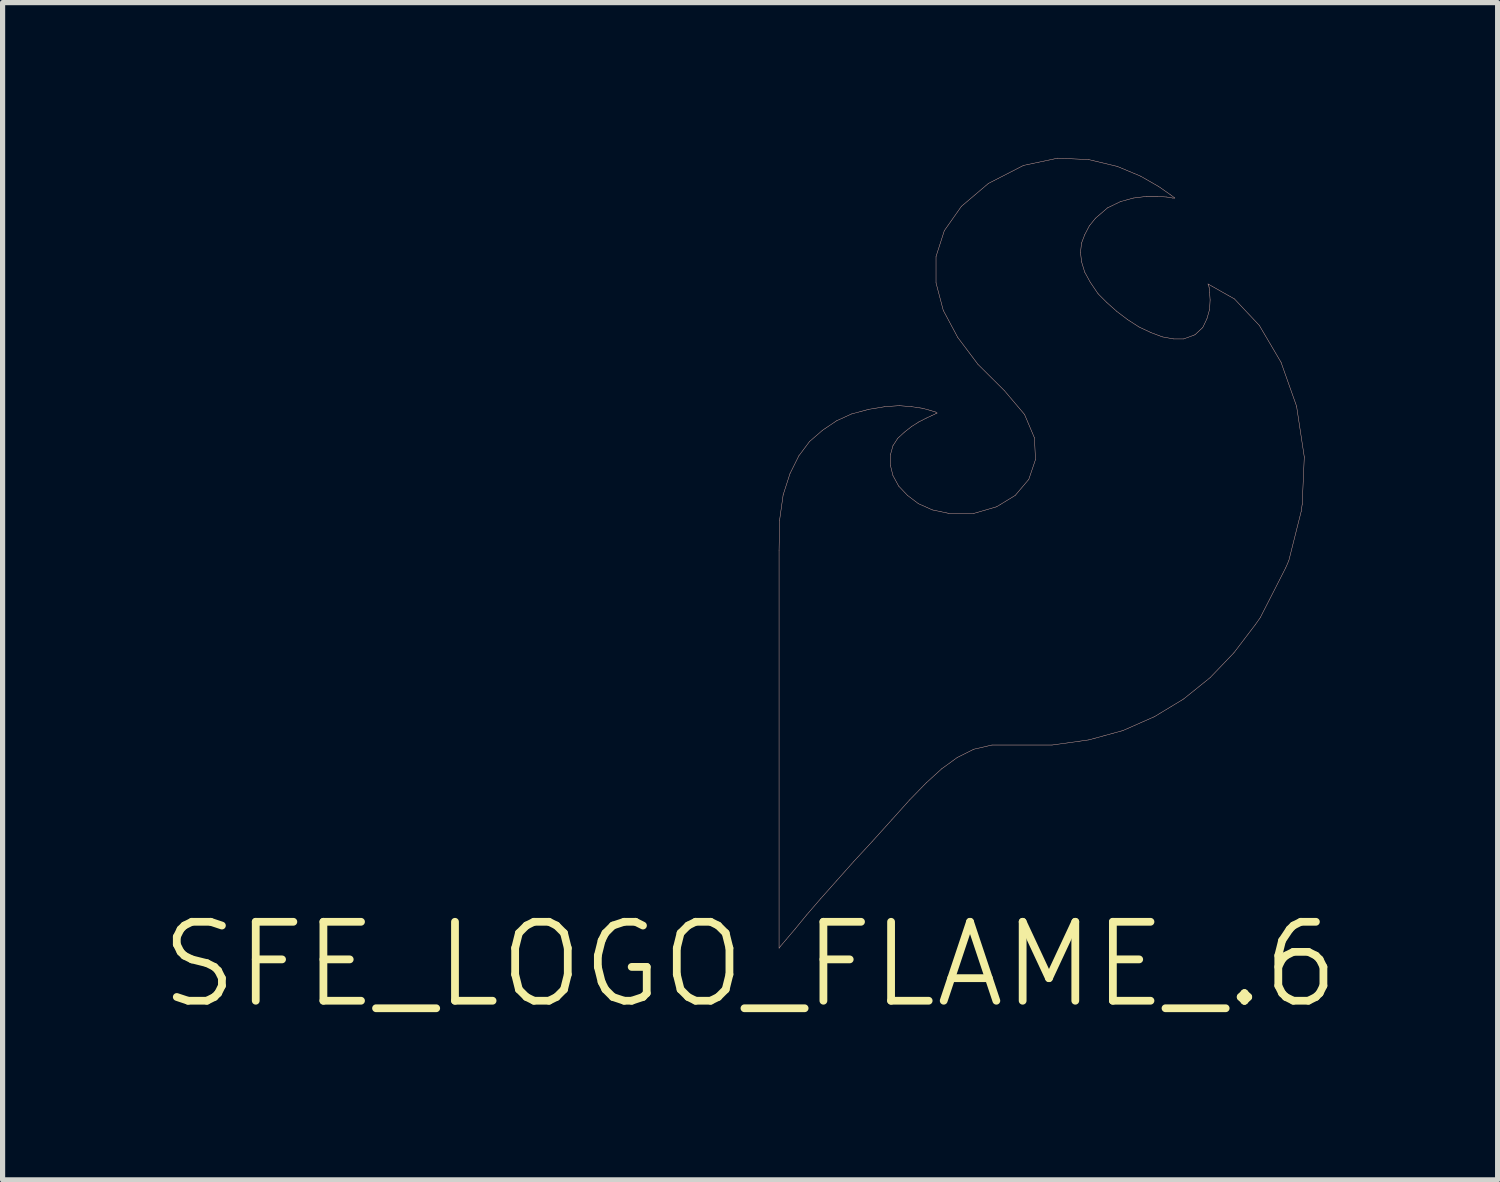
<source format=kicad_pcb>
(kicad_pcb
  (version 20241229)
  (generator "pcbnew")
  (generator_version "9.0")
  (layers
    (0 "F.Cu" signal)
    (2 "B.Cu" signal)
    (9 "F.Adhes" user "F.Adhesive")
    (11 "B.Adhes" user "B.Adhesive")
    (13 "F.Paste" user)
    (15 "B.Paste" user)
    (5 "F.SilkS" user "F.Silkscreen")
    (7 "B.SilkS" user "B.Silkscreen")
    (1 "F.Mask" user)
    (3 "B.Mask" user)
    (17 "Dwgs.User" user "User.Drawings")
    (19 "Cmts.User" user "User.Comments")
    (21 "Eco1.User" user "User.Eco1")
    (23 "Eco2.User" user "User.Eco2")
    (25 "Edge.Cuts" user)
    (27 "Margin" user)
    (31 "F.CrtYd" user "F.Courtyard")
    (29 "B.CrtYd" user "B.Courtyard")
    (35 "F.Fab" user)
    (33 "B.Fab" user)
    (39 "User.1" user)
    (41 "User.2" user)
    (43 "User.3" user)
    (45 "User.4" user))
  (footprint "SFE_LOGO_FLAME_.6"
    (layer "F.Cu")
    (at 11.43 15.571)
    (property "Reference" "SFE_LOGO_FLAME_.6" (at 0 0 0) (layer "F.SilkS") (effects (font (size 1.524 1.524) (thickness 0.15))))
    (attr exclude_from_pos_files exclude_from_bom)
    (fp_line (start 0.559 -7.998) (end 0.559 -0.318) (stroke (width 0.008) (type solid)) (layer "B.SilkS"))
    (fp_line (start 0.559 -0.318) (end 0.589 -0.358) (stroke (width 0.008) (type solid)) (layer "B.SilkS"))
    (fp_line (start 0.569 -8.578) (end 0.559 -7.998) (stroke (width 0.008) (type solid)) (layer "B.SilkS"))
    (fp_line (start 0.589 -0.358) (end 0.699 -0.488) (stroke (width 0.008) (type solid)) (layer "B.SilkS"))
    (fp_line (start 0.638 -9.068) (end 0.569 -8.578) (stroke (width 0.008) (type solid)) (layer "B.SilkS"))
    (fp_line (start 0.699 -0.488) (end 0.869 -0.688) (stroke (width 0.008) (type solid)) (layer "B.SilkS"))
    (fp_line (start 0.77 -9.479) (end 0.638 -9.068) (stroke (width 0.008) (type solid)) (layer "B.SilkS"))
    (fp_line (start 0.869 -0.688) (end 1.09 -0.958) (stroke (width 0.008) (type solid)) (layer "B.SilkS"))
    (fp_line (start 0.94 -9.82) (end 0.77 -9.479) (stroke (width 0.008) (type solid)) (layer "B.SilkS"))
    (fp_line (start 1.09 -0.958) (end 1.359 -1.27) (stroke (width 0.008) (type solid)) (layer "B.SilkS"))
    (fp_line (start 1.148 -10.099) (end 0.94 -9.82) (stroke (width 0.008) (type solid)) (layer "B.SilkS"))
    (fp_line (start 1.359 -1.27) (end 1.669 -1.618) (stroke (width 0.008) (type solid)) (layer "B.SilkS"))
    (fp_line (start 1.4 -10.317) (end 1.148 -10.099) (stroke (width 0.008) (type solid)) (layer "B.SilkS"))
    (fp_line (start 1.669 -10.498) (end 1.4 -10.317) (stroke (width 0.008) (type solid)) (layer "B.SilkS"))
    (fp_line (start 1.669 -1.618) (end 1.999 -1.989) (stroke (width 0.008) (type solid)) (layer "B.SilkS"))
    (fp_line (start 1.958 -10.63) (end 1.669 -10.498) (stroke (width 0.008) (type solid)) (layer "B.SilkS"))
    (fp_line (start 1.999 -1.989) (end 2.36 -2.38) (stroke (width 0.008) (type solid)) (layer "B.SilkS"))
    (fp_line (start 2.289 -10.719) (end 1.958 -10.63) (stroke (width 0.008) (type solid)) (layer "B.SilkS"))
    (fp_line (start 2.36 -2.38) (end 2.738 -2.799) (stroke (width 0.008) (type solid)) (layer "B.SilkS"))
    (fp_line (start 2.598 -10.77) (end 2.289 -10.719) (stroke (width 0.008) (type solid)) (layer "B.SilkS"))
    (fp_line (start 2.708 -9.84) (end 2.758 -10.018) (stroke (width 0.008) (type solid)) (layer "B.SilkS"))
    (fp_line (start 2.708 -9.639) (end 2.708 -9.84) (stroke (width 0.008) (type solid)) (layer "B.SilkS"))
    (fp_line (start 2.738 -2.799) (end 3.078 -3.178) (stroke (width 0.008) (type solid)) (layer "B.SilkS"))
    (fp_line (start 2.758 -10.018) (end 2.85 -10.16) (stroke (width 0.008) (type solid)) (layer "B.SilkS"))
    (fp_line (start 2.758 -9.439) (end 2.708 -9.639) (stroke (width 0.008) (type solid)) (layer "B.SilkS"))
    (fp_line (start 2.85 -10.16) (end 2.979 -10.279) (stroke (width 0.008) (type solid)) (layer "B.SilkS"))
    (fp_line (start 2.868 -9.238) (end 2.758 -9.439) (stroke (width 0.008) (type solid)) (layer "B.SilkS"))
    (fp_line (start 2.878 -10.79) (end 2.598 -10.77) (stroke (width 0.008) (type solid)) (layer "B.SilkS"))
    (fp_line (start 2.979 -10.279) (end 3.119 -10.389) (stroke (width 0.008) (type solid)) (layer "B.SilkS"))
    (fp_line (start 3.038 -9.058) (end 2.868 -9.238) (stroke (width 0.008) (type solid)) (layer "B.SilkS"))
    (fp_line (start 3.078 -3.178) (end 3.399 -3.508) (stroke (width 0.008) (type solid)) (layer "B.SilkS"))
    (fp_line (start 3.119 -10.77) (end 2.878 -10.79) (stroke (width 0.008) (type solid)) (layer "B.SilkS"))
    (fp_line (start 3.119 -10.389) (end 3.259 -10.477) (stroke (width 0.008) (type solid)) (layer "B.SilkS"))
    (fp_line (start 3.249 -8.898) (end 3.038 -9.058) (stroke (width 0.008) (type solid)) (layer "B.SilkS"))
    (fp_line (start 3.259 -10.477) (end 3.399 -10.549) (stroke (width 0.008) (type solid)) (layer "B.SilkS"))
    (fp_line (start 3.33 -10.739) (end 3.119 -10.77) (stroke (width 0.008) (type solid)) (layer "B.SilkS"))
    (fp_line (start 3.399 -10.549) (end 3.508 -10.599) (stroke (width 0.008) (type solid)) (layer "B.SilkS"))
    (fp_line (start 3.399 -3.508) (end 3.698 -3.78) (stroke (width 0.008) (type solid)) (layer "B.SilkS"))
    (fp_line (start 3.48 -10.698) (end 3.33 -10.739) (stroke (width 0.008) (type solid)) (layer "B.SilkS"))
    (fp_line (start 3.508 -10.599) (end 3.589 -10.638) (stroke (width 0.008) (type solid)) (layer "B.SilkS"))
    (fp_line (start 3.518 -8.778) (end 3.249 -8.898) (stroke (width 0.008) (type solid)) (layer "B.SilkS"))
    (fp_line (start 3.579 -10.668) (end 3.48 -10.698) (stroke (width 0.008) (type solid)) (layer "B.SilkS"))
    (fp_line (start 3.589 -13.668) (end 3.589 -13.16) (stroke (width 0.008) (type solid)) (layer "B.SilkS"))
    (fp_line (start 3.589 -13.16) (end 3.729 -12.629) (stroke (width 0.008) (type solid)) (layer "B.SilkS"))
    (fp_line (start 3.589 -10.638) (end 3.609 -10.648) (stroke (width 0.008) (type solid)) (layer "B.SilkS"))
    (fp_line (start 3.609 -10.648) (end 3.579 -10.668) (stroke (width 0.008) (type solid)) (layer "B.SilkS"))
    (fp_line (start 3.698 -3.78) (end 3.998 -3.998) (stroke (width 0.008) (type solid)) (layer "B.SilkS"))
    (fp_line (start 3.729 -12.629) (end 4.008 -12.108) (stroke (width 0.008) (type solid)) (layer "B.SilkS"))
    (fp_line (start 3.749 -14.168) (end 3.589 -13.668) (stroke (width 0.008) (type solid)) (layer "B.SilkS"))
    (fp_line (start 3.838 -8.71) (end 3.518 -8.778) (stroke (width 0.008) (type solid)) (layer "B.SilkS"))
    (fp_line (start 3.998 -3.998) (end 4.318 -4.158) (stroke (width 0.008) (type solid)) (layer "B.SilkS"))
    (fp_line (start 4.008 -12.108) (end 4.399 -11.587) (stroke (width 0.008) (type solid)) (layer "B.SilkS"))
    (fp_line (start 4.079 -14.638) (end 3.749 -14.168) (stroke (width 0.008) (type solid)) (layer "B.SilkS"))
    (fp_line (start 4.318 -8.71) (end 3.838 -8.71) (stroke (width 0.008) (type solid)) (layer "B.SilkS"))
    (fp_line (start 4.318 -4.158) (end 4.669 -4.239) (stroke (width 0.008) (type solid)) (layer "B.SilkS"))
    (fp_line (start 4.399 -11.587) (end 4.91 -11.079) (stroke (width 0.008) (type solid)) (layer "B.SilkS"))
    (fp_line (start 4.6 -15.08) (end 4.079 -14.638) (stroke (width 0.008) (type solid)) (layer "B.SilkS"))
    (fp_line (start 4.669 -4.239) (end 5.829 -4.239) (stroke (width 0.008) (type solid)) (layer "B.SilkS"))
    (fp_line (start 4.76 -8.839) (end 4.318 -8.71) (stroke (width 0.008) (type solid)) (layer "B.SilkS"))
    (fp_line (start 4.91 -11.079) (end 5.298 -10.62) (stroke (width 0.008) (type solid)) (layer "B.SilkS"))
    (fp_line (start 5.118 -9.058) (end 4.76 -8.839) (stroke (width 0.008) (type solid)) (layer "B.SilkS"))
    (fp_line (start 5.278 -15.428) (end 4.6 -15.08) (stroke (width 0.008) (type solid)) (layer "B.SilkS"))
    (fp_line (start 5.298 -10.62) (end 5.489 -10.168) (stroke (width 0.008) (type solid)) (layer "B.SilkS"))
    (fp_line (start 5.38 -9.368) (end 5.118 -9.058) (stroke (width 0.008) (type solid)) (layer "B.SilkS"))
    (fp_line (start 5.489 -10.168) (end 5.509 -9.749) (stroke (width 0.008) (type solid)) (layer "B.SilkS"))
    (fp_line (start 5.509 -9.749) (end 5.38 -9.368) (stroke (width 0.008) (type solid)) (layer "B.SilkS"))
    (fp_line (start 5.829 -4.239) (end 6.538 -4.338) (stroke (width 0.008) (type solid)) (layer "B.SilkS"))
    (fp_line (start 5.939 -15.568) (end 5.278 -15.428) (stroke (width 0.008) (type solid)) (layer "B.SilkS"))
    (fp_line (start 6.378 -13.749) (end 6.398 -13.929) (stroke (width 0.008) (type solid)) (layer "B.SilkS"))
    (fp_line (start 6.398 -13.929) (end 6.459 -14.089) (stroke (width 0.008) (type solid)) (layer "B.SilkS"))
    (fp_line (start 6.398 -13.569) (end 6.378 -13.749) (stroke (width 0.008) (type solid)) (layer "B.SilkS"))
    (fp_line (start 6.459 -14.089) (end 6.548 -14.26) (stroke (width 0.008) (type solid)) (layer "B.SilkS"))
    (fp_line (start 6.459 -13.368) (end 6.398 -13.569) (stroke (width 0.008) (type solid)) (layer "B.SilkS"))
    (fp_line (start 6.538 -15.54) (end 5.939 -15.568) (stroke (width 0.008) (type solid)) (layer "B.SilkS"))
    (fp_line (start 6.538 -4.338) (end 7.198 -4.519) (stroke (width 0.008) (type solid)) (layer "B.SilkS"))
    (fp_line (start 6.548 -14.26) (end 6.668 -14.409) (stroke (width 0.008) (type solid)) (layer "B.SilkS"))
    (fp_line (start 6.568 -13.17) (end 6.459 -13.368) (stroke (width 0.008) (type solid)) (layer "B.SilkS"))
    (fp_line (start 6.668 -14.409) (end 6.899 -14.608) (stroke (width 0.008) (type solid)) (layer "B.SilkS"))
    (fp_line (start 6.718 -12.949) (end 6.568 -13.17) (stroke (width 0.008) (type solid)) (layer "B.SilkS"))
    (fp_line (start 6.888 -12.779) (end 6.718 -12.949) (stroke (width 0.008) (type solid)) (layer "B.SilkS"))
    (fp_line (start 6.899 -14.608) (end 7.148 -14.729) (stroke (width 0.008) (type solid)) (layer "B.SilkS"))
    (fp_line (start 7.079 -12.609) (end 6.888 -12.779) (stroke (width 0.008) (type solid)) (layer "B.SilkS"))
    (fp_line (start 7.089 -15.408) (end 6.538 -15.54) (stroke (width 0.008) (type solid)) (layer "B.SilkS"))
    (fp_line (start 7.148 -14.729) (end 7.399 -14.798) (stroke (width 0.008) (type solid)) (layer "B.SilkS"))
    (fp_line (start 7.198 -4.519) (end 7.808 -4.788) (stroke (width 0.008) (type solid)) (layer "B.SilkS"))
    (fp_line (start 7.29 -12.449) (end 7.079 -12.609) (stroke (width 0.008) (type solid)) (layer "B.SilkS"))
    (fp_line (start 7.399 -14.798) (end 7.648 -14.829) (stroke (width 0.008) (type solid)) (layer "B.SilkS"))
    (fp_line (start 7.508 -12.309) (end 7.29 -12.449) (stroke (width 0.008) (type solid)) (layer "B.SilkS"))
    (fp_line (start 7.539 -15.22) (end 7.089 -15.408) (stroke (width 0.008) (type solid)) (layer "B.SilkS"))
    (fp_line (start 7.648 -14.829) (end 7.859 -14.829) (stroke (width 0.008) (type solid)) (layer "B.SilkS"))
    (fp_line (start 7.739 -12.2) (end 7.508 -12.309) (stroke (width 0.008) (type solid)) (layer "B.SilkS"))
    (fp_line (start 7.808 -4.788) (end 8.369 -5.128) (stroke (width 0.008) (type solid)) (layer "B.SilkS"))
    (fp_line (start 7.859 -14.829) (end 8.039 -14.818) (stroke (width 0.008) (type solid)) (layer "B.SilkS"))
    (fp_line (start 7.889 -15.019) (end 7.539 -15.22) (stroke (width 0.008) (type solid)) (layer "B.SilkS"))
    (fp_line (start 7.958 -12.118) (end 7.739 -12.2) (stroke (width 0.008) (type solid)) (layer "B.SilkS"))
    (fp_line (start 8.039 -14.818) (end 8.158 -14.798) (stroke (width 0.008) (type solid)) (layer "B.SilkS"))
    (fp_line (start 8.118 -14.859) (end 7.889 -15.019) (stroke (width 0.008) (type solid)) (layer "B.SilkS"))
    (fp_line (start 8.158 -14.798) (end 8.199 -14.798) (stroke (width 0.008) (type solid)) (layer "B.SilkS"))
    (fp_line (start 8.179 -12.078) (end 7.958 -12.118) (stroke (width 0.008) (type solid)) (layer "B.SilkS"))
    (fp_line (start 8.199 -14.798) (end 8.118 -14.859) (stroke (width 0.008) (type solid)) (layer "B.SilkS"))
    (fp_line (start 8.369 -12.078) (end 8.179 -12.078) (stroke (width 0.008) (type solid)) (layer "B.SilkS"))
    (fp_line (start 8.369 -5.128) (end 8.88 -5.54) (stroke (width 0.008) (type solid)) (layer "B.SilkS"))
    (fp_line (start 8.588 -12.159) (end 8.369 -12.078) (stroke (width 0.008) (type solid)) (layer "B.SilkS"))
    (fp_line (start 8.738 -12.299) (end 8.588 -12.159) (stroke (width 0.008) (type solid)) (layer "B.SilkS"))
    (fp_line (start 8.819 -12.469) (end 8.738 -12.299) (stroke (width 0.008) (type solid)) (layer "B.SilkS"))
    (fp_line (start 8.839 -13.139) (end 8.849 -13.119) (stroke (width 0.008) (type solid)) (layer "B.SilkS"))
    (fp_line (start 8.849 -13.119) (end 8.86 -13.078) (stroke (width 0.008) (type solid)) (layer "B.SilkS"))
    (fp_line (start 8.86 -13.078) (end 8.87 -12.979) (stroke (width 0.008) (type solid)) (layer "B.SilkS"))
    (fp_line (start 8.87 -12.979) (end 8.88 -12.83) (stroke (width 0.008) (type solid)) (layer "B.SilkS"))
    (fp_line (start 8.87 -12.649) (end 8.819 -12.469) (stroke (width 0.008) (type solid)) (layer "B.SilkS"))
    (fp_line (start 8.88 -12.83) (end 8.87 -12.649) (stroke (width 0.008) (type solid)) (layer "B.SilkS"))
    (fp_line (start 8.88 -5.54) (end 9.34 -6.02) (stroke (width 0.008) (type solid)) (layer "B.SilkS"))
    (fp_line (start 9.34 -6.02) (end 9.749 -6.558) (stroke (width 0.008) (type solid)) (layer "B.SilkS"))
    (fp_line (start 9.35 -12.85) (end 8.839 -13.139) (stroke (width 0.008) (type solid)) (layer "B.SilkS"))
    (fp_line (start 9.749 -6.558) (end 9.848 -6.698) (stroke (width 0.008) (type solid)) (layer "B.SilkS"))
    (fp_line (start 9.83 -12.339) (end 9.35 -12.85) (stroke (width 0.008) (type solid)) (layer "B.SilkS"))
    (fp_line (start 9.848 -6.698) (end 10.338 -7.658) (stroke (width 0.008) (type solid)) (layer "B.SilkS"))
    (fp_line (start 10.249 -11.628) (end 9.83 -12.339) (stroke (width 0.008) (type solid)) (layer "B.SilkS"))
    (fp_line (start 10.338 -7.658) (end 10.399 -7.798) (stroke (width 0.008) (type solid)) (layer "B.SilkS"))
    (fp_line (start 10.399 -7.798) (end 10.638 -8.748) (stroke (width 0.008) (type solid)) (layer "B.SilkS"))
    (fp_line (start 10.549 -10.78) (end 10.249 -11.628) (stroke (width 0.008) (type solid)) (layer "B.SilkS"))
    (fp_line (start 10.638 -8.748) (end 10.658 -8.89) (stroke (width 0.008) (type solid)) (layer "B.SilkS"))
    (fp_line (start 10.658 -8.89) (end 10.698 -9.799) (stroke (width 0.008) (type solid)) (layer "B.SilkS"))
    (fp_line (start 10.698 -9.799) (end 10.549 -10.78) (stroke (width 0.008) (type solid)) (layer "B.SilkS")))
  (gr_rect
    (start -3 -3)
    (end 25.86 19.726)
    (stroke (width 0.1) (type default))
    (fill no)
    (layer "Edge.Cuts")))
</source>
